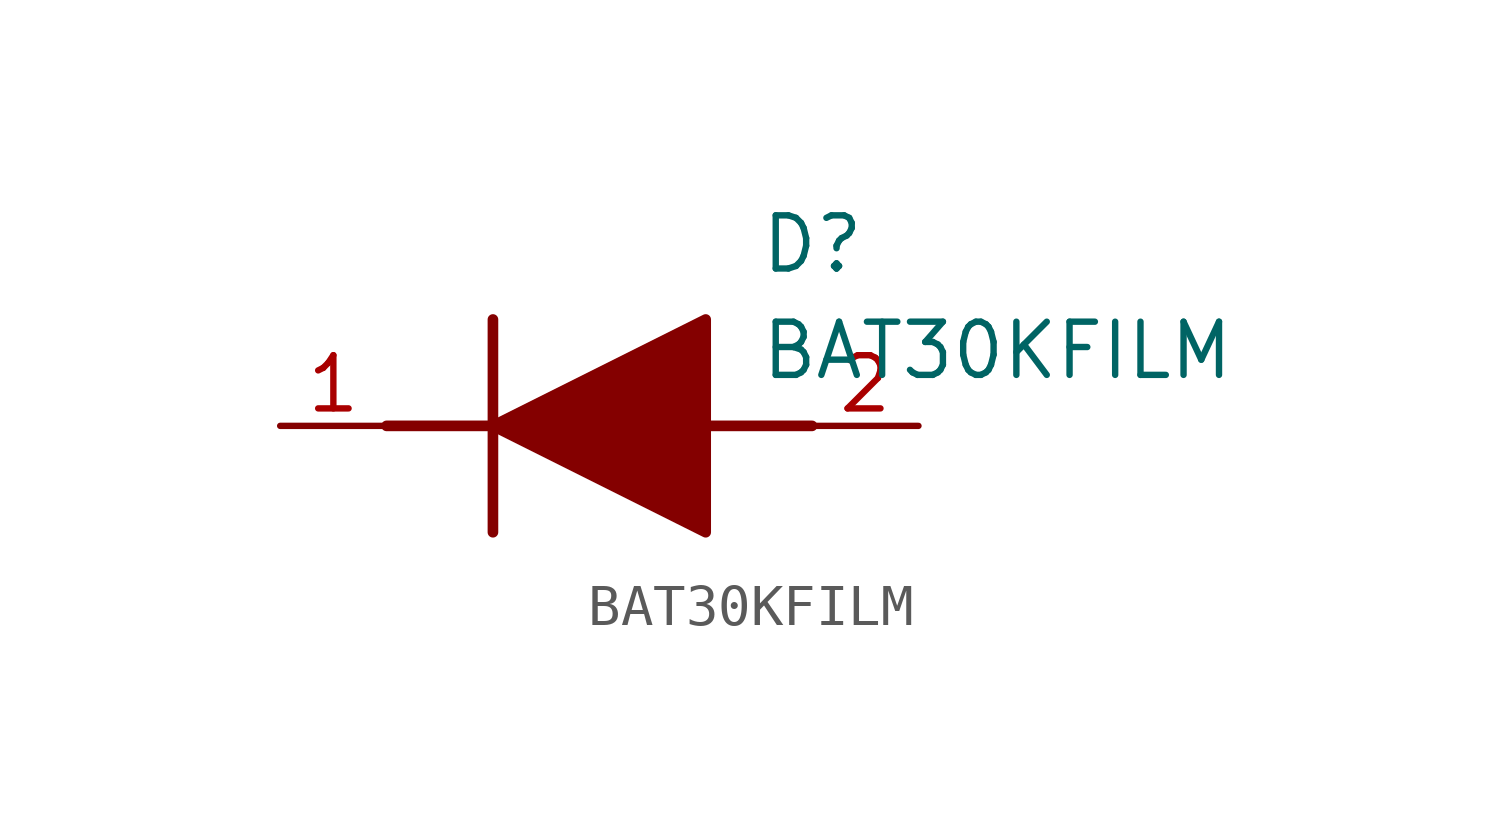
<source format=kicad_sym>
(kicad_symbol_lib
  (version 20211014)
  (generator SamacSys_ECAD_Model)
  (symbol "BAT30KFILM"
    (pin_names hide)
    (property "Reference" "D"
      (at 11.43 5.08 0)
      (effects (font (size 1.27 1.27)) (justify left top)))
    (property "Value" "BAT30KFILM"
      (at 11.43 2.54 0)
      (effects (font (size 1.27 1.27)) (justify left top)))
    (polyline
      (pts (xy 5.08 2.54) (xy 5.08 -2.54))
      (stroke (width 0.254) (type default))
      (fill (type none)))
    (polyline
      (pts (xy 2.54 0) (xy 5.08 0))
      (stroke (width 0.254) (type default))
      (fill (type none)))
    (polyline
      (pts (xy 10.16 0) (xy 12.7 0))
      (stroke (width 0.254) (type default))
      (fill (type none)))
    (polyline
      (pts (xy 5.08 0) (xy 10.16 2.54) (xy 10.16 -2.54) (xy 5.08 0))
      (stroke (width 0.254) (type default))
      (fill (type outline)))
    (pin passive line
      (at 0 0 0)
      (length 2.54)
      (name "K" (effects (font (size 1.27 1.27))))
      (number "1" (effects (font (size 1.27 1.27)))))
    (pin passive line
      (at 15.24 0 180)
      (length 2.54)
      (name "A" (effects (font (size 1.27 1.27))))
      (number "2" (effects (font (size 1.27 1.27)))))))
</source>
